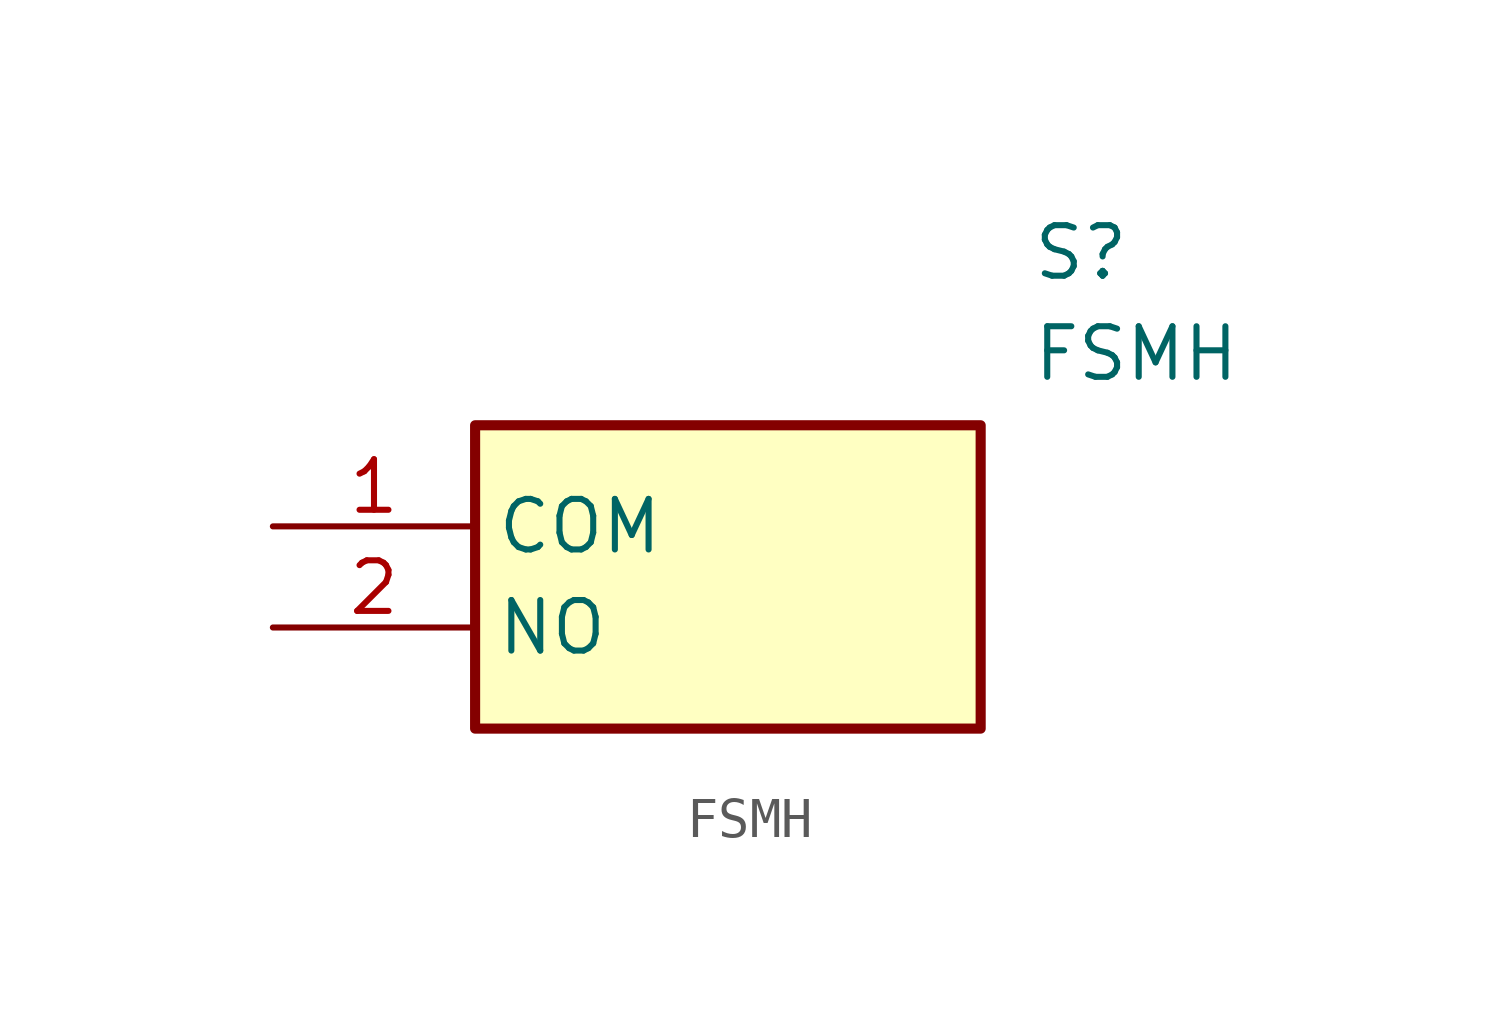
<source format=kicad_sym>
(kicad_symbol_lib
  (version 20211014)
  (generator SamacSys_ECAD_Model)
  (symbol "FSMH"
    (property "Reference" "S"
      (at 19.05 7.62 0)
      (effects (font (size 1.27 1.27)) (justify left top)))
    (property "Value" "FSMH"
      (at 19.05 5.08 0)
      (effects (font (size 1.27 1.27)) (justify left top)))
    (rectangle
      (start 5.08 2.54)
      (end 17.78 -5.08)
      (stroke (width 0.254) (type default))
      (fill (type background)))
    (pin passive line
      (at 0 0 0)
      (length 5.08)
      (name "COM" (effects (font (size 1.27 1.27))))
      (number "1" (effects (font (size 1.27 1.27)))))
    (pin passive line
      (at 0 -2.54 0)
      (length 5.08)
      (name "NO" (effects (font (size 1.27 1.27))))
      (number "2" (effects (font (size 1.27 1.27)))))))
</source>
